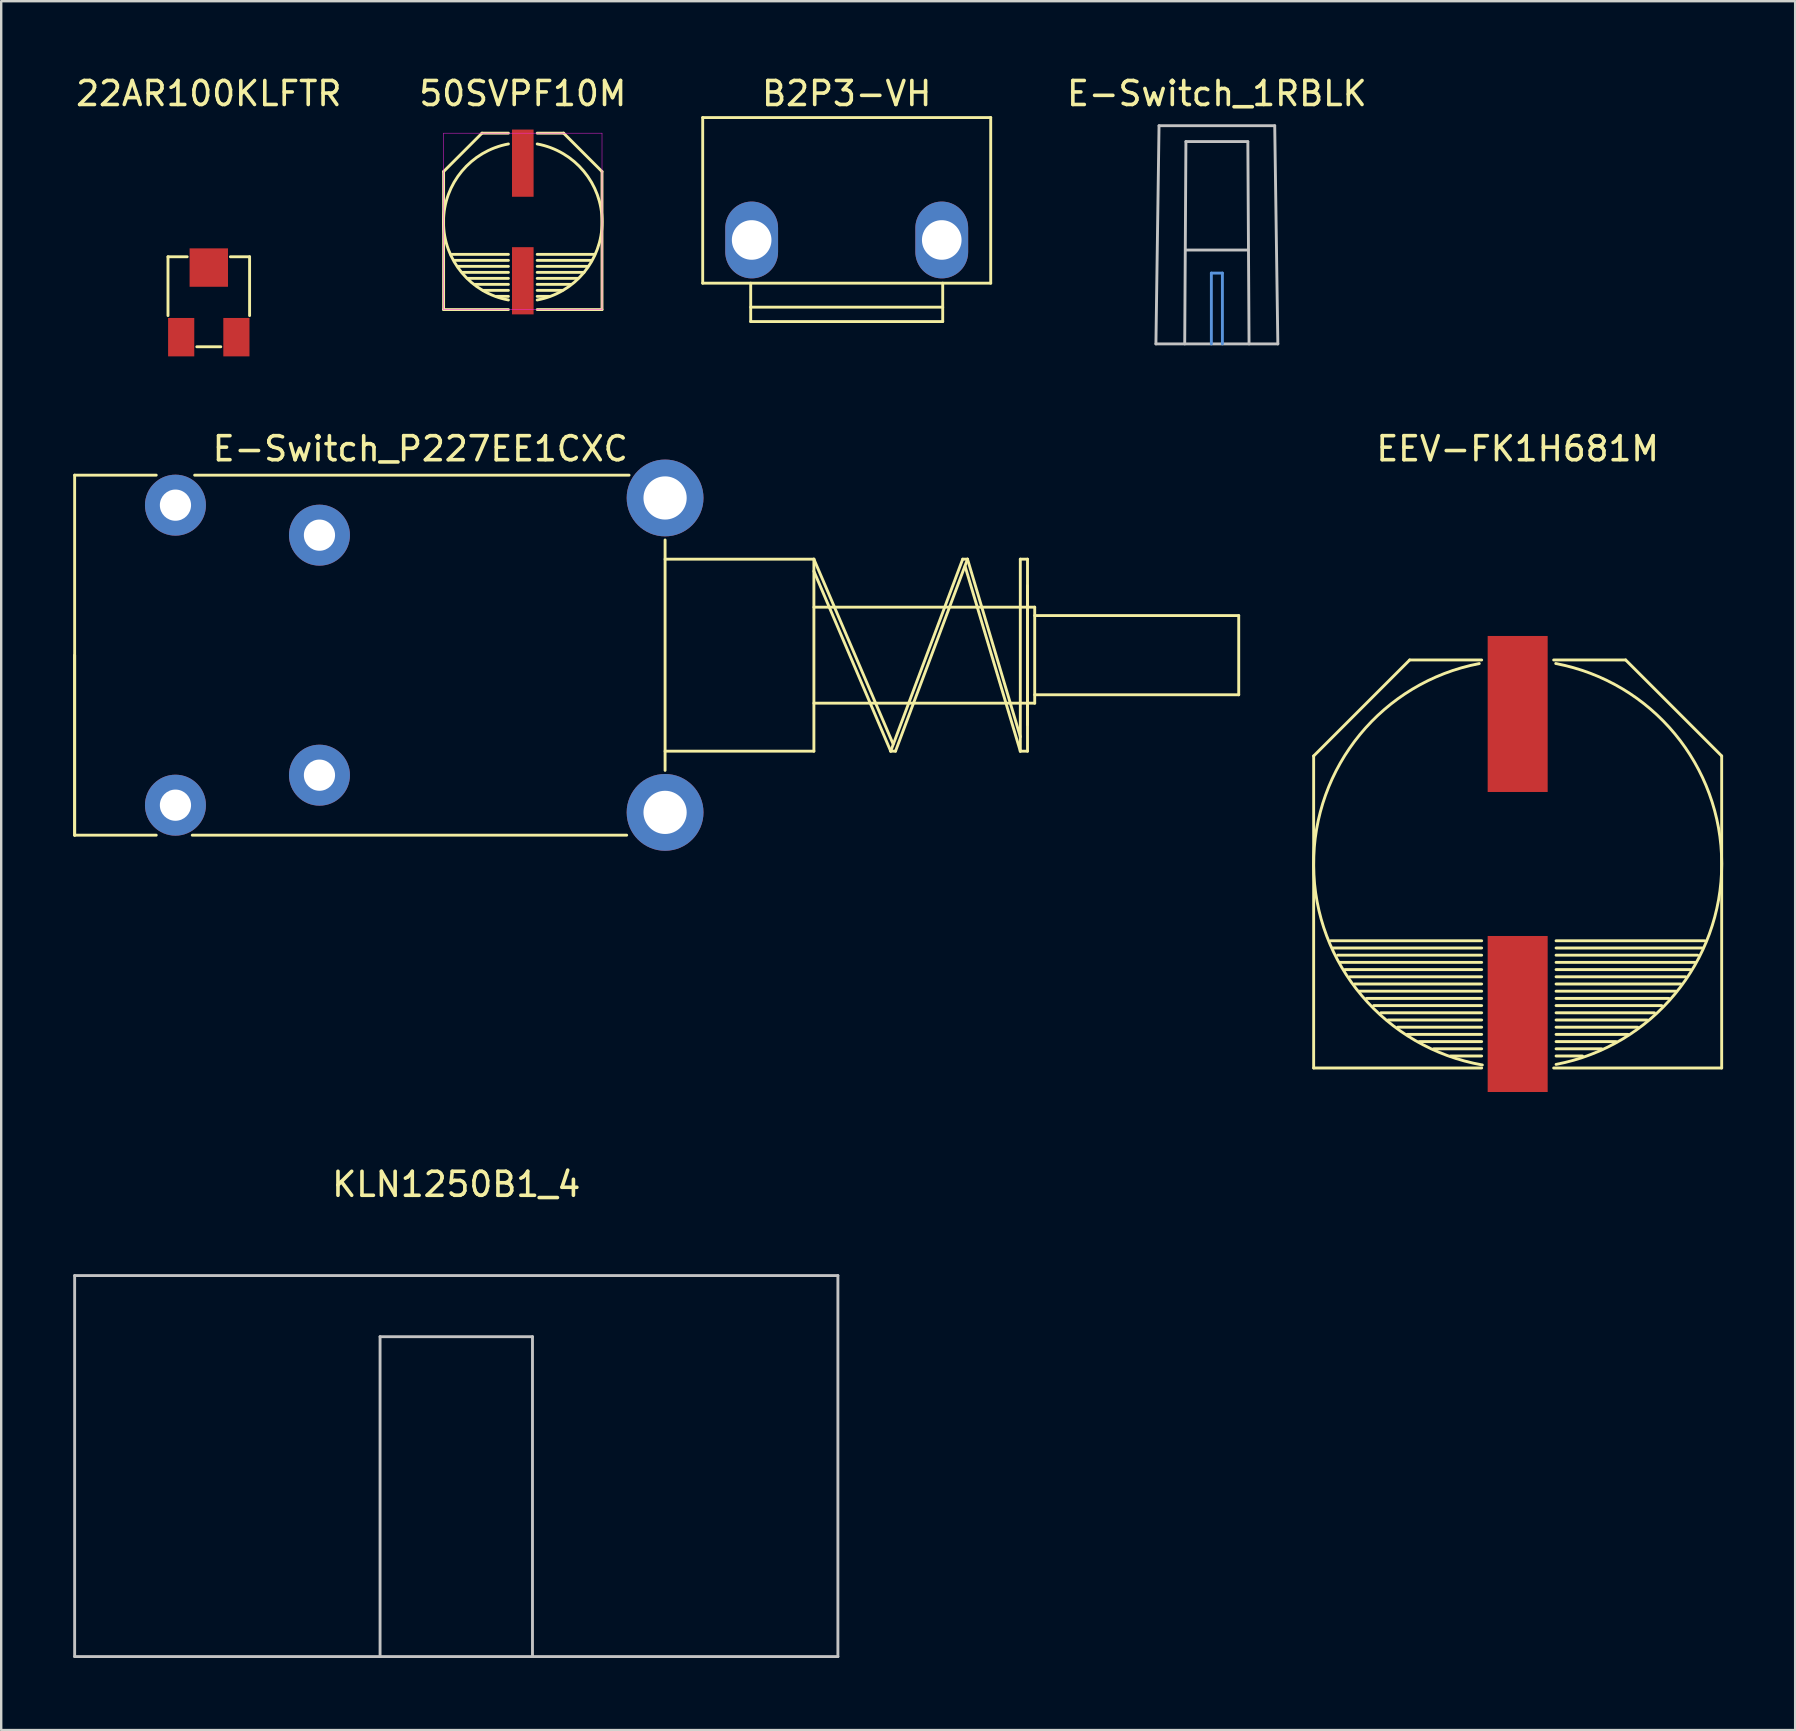
<source format=kicad_pcb>
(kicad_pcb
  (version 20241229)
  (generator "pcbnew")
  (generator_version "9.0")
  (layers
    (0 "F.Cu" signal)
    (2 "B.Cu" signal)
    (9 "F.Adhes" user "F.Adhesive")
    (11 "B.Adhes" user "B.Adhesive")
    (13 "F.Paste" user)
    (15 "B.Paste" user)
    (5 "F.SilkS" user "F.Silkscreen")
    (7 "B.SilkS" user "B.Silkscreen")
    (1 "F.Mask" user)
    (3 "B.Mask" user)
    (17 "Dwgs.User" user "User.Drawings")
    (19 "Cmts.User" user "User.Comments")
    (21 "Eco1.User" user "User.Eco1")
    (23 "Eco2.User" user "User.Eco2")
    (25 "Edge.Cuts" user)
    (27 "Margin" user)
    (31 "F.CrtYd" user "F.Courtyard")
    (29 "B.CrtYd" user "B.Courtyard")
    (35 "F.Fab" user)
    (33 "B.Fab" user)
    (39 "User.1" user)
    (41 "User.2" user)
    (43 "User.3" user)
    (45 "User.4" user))
  (footprint "E-Switch_P227EE1CXC"
    (layer "F.Cu")
    (at 14.46 24.247)
    (property "Reference" "E-Switch_P227EE1CXC" (at 0 -8.6 0) (layer "F.SilkS") (effects (font (size 1 1) (thickness 0.15))))
    (attr through_hole)
    (fp_line (start -14.4 0) (end -14.4 7.5) (stroke (width 0.12) (type solid)) (layer "F.SilkS"))
    (fp_line (start -14.4 7.5) (end -14.4 -7.5) (stroke (width 0.12) (type solid)) (layer "F.SilkS"))
    (fp_line (start -14.4 7.5) (end -11 7.5) (stroke (width 0.12) (type solid)) (layer "F.SilkS"))
    (fp_line (start -11 -7.5) (end -14.4 -7.5) (stroke (width 0.12) (type solid)) (layer "F.SilkS"))
    (fp_line (start -9.4 -7.5) (end 8.7 -7.5) (stroke (width 0.12) (type solid)) (layer "F.SilkS"))
    (fp_line (start 8.6 7.5) (end -9.5 7.5) (stroke (width 0.12) (type solid)) (layer "F.SilkS"))
    (fp_line (start 10.2 -4.8) (end 10.2 4.8) (stroke (width 0.12) (type solid)) (layer "F.SilkS"))
    (fp_line (start 10.2 -4) (end 16.4 -4) (stroke (width 0.12) (type solid)) (layer "F.SilkS"))
    (fp_line (start 10.2 4) (end 16.4 4) (stroke (width 0.12) (type solid)) (layer "F.SilkS"))
    (fp_line (start 16.4 -4) (end 19.7 3.7) (stroke (width 0.12) (type solid)) (layer "F.SilkS"))
    (fp_line (start 16.4 4) (end 16.4 -4) (stroke (width 0.12) (type solid)) (layer "F.SilkS"))
    (fp_line (start 19.6 4) (end 16.4 -3.5) (stroke (width 0.12) (type solid)) (layer "F.SilkS"))
    (fp_line (start 19.6 4) (end 22.6 -4) (stroke (width 0.12) (type solid)) (layer "F.SilkS"))
    (fp_line (start 19.8 4) (end 19.6 4) (stroke (width 0.12) (type solid)) (layer "F.SilkS"))
    (fp_line (start 22.7 -3.7) (end 25 4) (stroke (width 0.12) (type solid)) (layer "F.SilkS"))
    (fp_line (start 22.8 -4) (end 19.8 4) (stroke (width 0.12) (type solid)) (layer "F.SilkS"))
    (fp_line (start 22.8 -4) (end 22.6 -4) (stroke (width 0.12) (type solid)) (layer "F.SilkS"))
    (fp_line (start 25 -4) (end 25 4) (stroke (width 0.12) (type solid)) (layer "F.SilkS"))
    (fp_line (start 25 3.4) (end 22.8 -4) (stroke (width 0.12) (type solid)) (layer "F.SilkS"))
    (fp_line (start 25 4) (end 25.3 4) (stroke (width 0.12) (type solid)) (layer "F.SilkS"))
    (fp_line (start 25.3 -4) (end 25 -4) (stroke (width 0.12) (type solid)) (layer "F.SilkS"))
    (fp_line (start 25.3 -2.9) (end 25.3 2.9) (stroke (width 0.12) (type solid)) (layer "F.SilkS"))
    (fp_line (start 25.3 4) (end 25.3 -4) (stroke (width 0.12) (type solid)) (layer "F.SilkS"))
    (fp_line (start 25.6 -2) (end 16.4 -2) (stroke (width 0.12) (type solid)) (layer "F.SilkS"))
    (fp_line (start 25.6 -2) (end 25.6 2) (stroke (width 0.12) (type solid)) (layer "F.SilkS"))
    (fp_line (start 25.6 -1.65) (end 34.1 -1.65) (stroke (width 0.12) (type solid)) (layer "F.SilkS"))
    (fp_line (start 25.6 2) (end 16.4 2) (stroke (width 0.12) (type solid)) (layer "F.SilkS"))
    (fp_line (start 34.1 -1.65) (end 34.1 1.65) (stroke (width 0.12) (type solid)) (layer "F.SilkS"))
    (fp_line (start 34.1 1.65) (end 25.6 1.65) (stroke (width 0.12) (type solid)) (layer "F.SilkS"))
    (pad "0" thru_hole circle (at 10.2 -6.55) (size 3.2 3.2) (drill 1.8) (layers "*.Cu" "*.Mask"))
    (pad "0" thru_hole circle (at 10.2 6.55) (size 3.2 3.2) (drill 1.8) (layers "*.Cu" "*.Mask"))
    (pad "1" thru_hole circle (at -10.2 -6.25) (size 2.54 2.54) (drill 1.3) (layers "*.Cu" "*.Mask"))
    (pad "2" thru_hole circle (at -4.2 -5) (size 2.54 2.54) (drill 1.3) (layers "*.Cu" "*.Mask"))
    (pad "3" thru_hole circle (at -10.2 6.25) (size 2.54 2.54) (drill 1.3) (layers "*.Cu" "*.Mask"))
    (pad "4" thru_hole circle (at -4.2 5) (size 2.54 2.54) (drill 1.3) (layers "*.Cu" "*.Mask")))
  (footprint "E-Switch_1RBLK"
    (layer "F.Cu")
    (at 47.65 6.048)
    (property "Reference" "E-Switch_1RBLK" (at 0 -5.2 0) (layer "F.SilkS") (effects (font (size 1 1) (thickness 0.15))))
    (attr through_hole)
    (fp_line (start -2.54 5.23) (end -2.41 -3.86) (stroke (width 0.12) (type solid)) (layer "Dwgs.User"))
    (fp_line (start -2.41 -3.86) (end 2.41 -3.86) (stroke (width 0.12) (type solid)) (layer "Dwgs.User"))
    (fp_line (start -1.34 5.23) (end -1.29 -3.2) (stroke (width 0.12) (type solid)) (layer "Dwgs.User"))
    (fp_line (start -1.31 1.32) (end 1.3 1.32) (stroke (width 0.12) (type solid)) (layer "Dwgs.User"))
    (fp_line (start -1.29 -3.2) (end 1.29 -3.2) (stroke (width 0.12) (type solid)) (layer "Dwgs.User"))
    (fp_line (start 1.34 5.23) (end 1.29 -3.19) (stroke (width 0.12) (type solid)) (layer "Dwgs.User"))
    (fp_line (start 2.54 5.23) (end -2.54 5.23) (stroke (width 0.12) (type solid)) (layer "Dwgs.User"))
    (fp_line (start 2.54 5.23) (end 2.41 -3.86) (stroke (width 0.12) (type solid)) (layer "Dwgs.User"))
    (fp_line (start -0.23 2.28) (end -0.23 5.23) (stroke (width 0.12) (type solid)) (layer "Cmts.User"))
    (fp_line (start 0.23 2.28) (end -0.23 2.28) (stroke (width 0.12) (type solid)) (layer "Cmts.User"))
    (fp_line (start 0.23 2.28) (end 0.23 5.23) (stroke (width 0.12) (type solid)) (layer "Cmts.User")))
  (footprint "22AR100KLFTR"
    (layer "F.Cu")
    (at 5.649 10.348)
    (property "Reference" "22AR100KLFTR" (at 0 -9.5 0) (layer "F.SilkS") (effects (font (size 1 1) (thickness 0.15))))
    (attr through_hole)
    (fp_line (start -1.7 -0.25) (end -1.7 -2.7) (stroke (width 0.12) (type solid)) (layer "F.SilkS"))
    (fp_line (start -0.9 -2.7) (end -1.7 -2.7) (stroke (width 0.12) (type solid)) (layer "F.SilkS"))
    (fp_line (start 0.5 1.05) (end -0.5 1.05) (stroke (width 0.12) (type solid)) (layer "F.SilkS"))
    (fp_line (start 1.7 -2.7) (end 0.9 -2.7) (stroke (width 0.12) (type solid)) (layer "F.SilkS"))
    (fp_line (start 1.7 -2.7) (end 1.7 -0.25) (stroke (width 0.12) (type solid)) (layer "F.SilkS"))
    (pad "1" smd rect (at 1.15 0.65 90) (size 1.6 1.09) (layers "F.Cu" "F.Mask" "F.Paste"))
    (pad "2" smd rect (at 0 -2.25 90) (size 1.6 1.6) (layers "F.Cu" "F.Mask" "F.Paste"))
    (pad "3" smd rect (at -1.15 0.65 90) (size 1.6 1.09) (layers "F.Cu" "F.Mask" "F.Paste")))
  (footprint "KLN1250B1_4"
    (layer "F.Cu")
    (at 15.96 57.595)
    (property "Reference" "KLN1250B1_4" (at 0 -11.3 0) (layer "F.SilkS") (effects (font (size 1 1) (thickness 0.15))))
    (attr through_hole)
    (fp_line (start -15.9 -7.5) (end -15.9 8.375) (stroke (width 0.12) (type solid)) (layer "Dwgs.User"))
    (fp_line (start -15.9 8.375) (end 15.9 8.375) (stroke (width 0.12) (type solid)) (layer "Dwgs.User"))
    (fp_line (start -3.175 8.374) (end -3.175 -4.953) (stroke (width 0.12) (type solid)) (layer "Dwgs.User"))
    (fp_line (start 3.175 -4.953) (end -3.175 -4.953) (stroke (width 0.12) (type solid)) (layer "Dwgs.User"))
    (fp_line (start 3.175 8.374) (end 3.175 -4.953) (stroke (width 0.12) (type solid)) (layer "Dwgs.User"))
    (fp_line (start 15.9 -7.5) (end -15.9 -7.5) (stroke (width 0.12) (type solid)) (layer "Dwgs.User"))
    (fp_line (start 15.9 -7.5) (end 15.9 8.375) (stroke (width 0.12) (type solid)) (layer "Dwgs.User")))
  (footprint "B2P3-VH"
    (layer "F.Cu")
    (at 32.227 6.948)
    (property "Reference" "B2P3-VH" (at 0 -6.1 0) (layer "F.SilkS") (effects (font (size 1 1) (thickness 0.15))))
    (attr through_hole)
    (fp_line (start -6 -5.1) (end -6 1.8) (stroke (width 0.12) (type solid)) (layer "F.SilkS"))
    (fp_line (start -4 1.8) (end -4 3.4) (stroke (width 0.12) (type solid)) (layer "F.SilkS"))
    (fp_line (start -4 3.4) (end 4 3.4) (stroke (width 0.12) (type solid)) (layer "F.SilkS"))
    (fp_line (start 4 2.8) (end -4 2.8) (stroke (width 0.12) (type solid)) (layer "F.SilkS"))
    (fp_line (start 4 3.4) (end 4 1.8) (stroke (width 0.12) (type solid)) (layer "F.SilkS"))
    (fp_line (start 6 -5.1) (end -6 -5.1) (stroke (width 0.12) (type solid)) (layer "F.SilkS"))
    (fp_line (start 6 1.8) (end -6 1.8) (stroke (width 0.12) (type solid)) (layer "F.SilkS"))
    (fp_line (start 6 1.8) (end 6 -5.1) (stroke (width 0.12) (type solid)) (layer "F.SilkS"))
    (pad "1" thru_hole oval (at -3.96 0) (size 2.2 3.2) (drill 1.65) (layers "*.Cu" "*.Mask"))
    (pad "2" thru_hole oval (at 3.96 0) (size 2.2 3.2) (drill 1.65) (layers "*.Cu" "*.Mask")))
  (footprint "50SVPF10M"
    (layer "F.Cu")
    (at 18.732 6.198)
    (property "Reference" "50SVPF10M" (at 0 -5.35 0) (layer "F.SilkS") (effects (font (size 1 1) (thickness 0.15))))
    (attr through_hole)
    (fp_line (start -3.3 -2.1) (end -1.7 -3.7) (stroke (width 0.12) (type solid)) (layer "F.SilkS"))
    (fp_line (start -3.3 3.65) (end -3.3 -2.1) (stroke (width 0.12) (type solid)) (layer "F.SilkS"))
    (fp_line (start -2.85 1.6) (end -0.6 1.6) (stroke (width 0.12) (type solid)) (layer "F.SilkS"))
    (fp_line (start -2.5 2.1) (end -0.6 2.1) (stroke (width 0.12) (type solid)) (layer "F.SilkS"))
    (fp_line (start -2 2.6) (end -0.6 2.6) (stroke (width 0.12) (type solid)) (layer "F.SilkS"))
    (fp_line (start -1.1 3.1) (end -0.6 3.1) (stroke (width 0.12) (type solid)) (layer "F.SilkS"))
    (fp_line (start -0.6 -3.7) (end -1.7 -3.7) (stroke (width 0.12) (type solid)) (layer "F.SilkS"))
    (fp_line (start -0.6 1.35) (end -3 1.35) (stroke (width 0.12) (type solid)) (layer "F.SilkS"))
    (fp_line (start -0.6 1.85) (end -2.7 1.85) (stroke (width 0.12) (type solid)) (layer "F.SilkS"))
    (fp_line (start -0.6 2.35) (end -2.3 2.35) (stroke (width 0.12) (type solid)) (layer "F.SilkS"))
    (fp_line (start -0.6 2.85) (end -1.65 2.85) (stroke (width 0.12) (type solid)) (layer "F.SilkS"))
    (fp_line (start -0.6 3.65) (end -3.3 3.65) (stroke (width 0.12) (type solid)) (layer "F.SilkS"))
    (fp_line (start 0.6 -3.7) (end 1.7 -3.7) (stroke (width 0.12) (type solid)) (layer "F.SilkS"))
    (fp_line (start 0.6 1.6) (end 2.85 1.6) (stroke (width 0.12) (type solid)) (layer "F.SilkS"))
    (fp_line (start 0.6 1.85) (end 2.7 1.85) (stroke (width 0.12) (type solid)) (layer "F.SilkS"))
    (fp_line (start 0.6 2.1) (end 2.55 2.1) (stroke (width 0.12) (type solid)) (layer "F.SilkS"))
    (fp_line (start 0.6 2.35) (end 2.3 2.35) (stroke (width 0.12) (type solid)) (layer "F.SilkS"))
    (fp_line (start 0.6 2.6) (end 2 2.6) (stroke (width 0.12) (type solid)) (layer "F.SilkS"))
    (fp_line (start 0.6 2.85) (end 1.65 2.85) (stroke (width 0.12) (type solid)) (layer "F.SilkS"))
    (fp_line (start 0.6 3.1) (end 1.1 3.1) (stroke (width 0.12) (type solid)) (layer "F.SilkS"))
    (fp_line (start 3 1.35) (end 0.6 1.35) (stroke (width 0.12) (type solid)) (layer "F.SilkS"))
    (fp_line (start 3.3 -2.1) (end 1.7 -3.7) (stroke (width 0.12) (type solid)) (layer "F.SilkS"))
    (fp_line (start 3.3 -2.1) (end 3.3 3.65) (stroke (width 0.12) (type solid)) (layer "F.SilkS"))
    (fp_line (start 3.3 3.65) (end 0.6 3.65) (stroke (width 0.12) (type solid)) (layer "F.SilkS"))
    (fp_arc (start -0.600001 3.249999) (mid -3.30492 -0.000001) (end -0.599999 -3.249999) (stroke (width 0.12) (type solid)) (layer "F.SilkS"))
    (fp_arc (start 0.600001 -3.249999) (mid 3.30492 0.000001) (end 0.599999 3.249999) (stroke (width 0.12) (type solid)) (layer "F.SilkS"))
    (fp_line (start -3.3 -3.7) (end 3.3 -3.7) (stroke (width 0.02) (type solid)) (layer "F.CrtYd"))
    (fp_line (start -3.3 3.65) (end -3.3 -3.7) (stroke (width 0.02) (type solid)) (layer "F.CrtYd"))
    (fp_line (start 3.3 -3.7) (end 3.3 3.65) (stroke (width 0.02) (type solid)) (layer "F.CrtYd"))
    (fp_line (start 3.3 3.65) (end -3.3 3.65) (stroke (width 0.02) (type solid)) (layer "F.CrtYd"))
    (pad "1" smd rect (at 0 -2.45) (size 0.9 2.8) (layers "F.Cu" "F.Mask" "F.Paste"))
    (pad "2" smd rect (at 0 2.45) (size 0.9 2.8) (layers "F.Cu" "F.Mask" "F.Paste")))
  (footprint "EEV-FK1H681M"
    (layer "F.Cu")
    (at 60.182 32.947)
    (property "Reference" "EEV-FK1H681M" (at 0 -17.3 0) (layer "F.SilkS") (effects (font (size 1 1) (thickness 0.15))))
    (attr through_hole)
    (fp_line (start -8.5 8.5) (end -8.5 -4.5) (stroke (width 0.12) (type solid)) (layer "F.SilkS"))
    (fp_line (start -8.5 8.5) (end -1.5 8.5) (stroke (width 0.12) (type solid)) (layer "F.SilkS"))
    (fp_line (start -6 5.9) (end -1.5 5.9) (stroke (width 0.12) (type solid)) (layer "F.SilkS"))
    (fp_line (start -5.4 6.5) (end -1.5 6.5) (stroke (width 0.12) (type solid)) (layer "F.SilkS"))
    (fp_line (start -4.6 7.1) (end -1.5 7.1) (stroke (width 0.12) (type solid)) (layer "F.SilkS"))
    (fp_line (start -4.5 -8.5) (end -8.5 -4.5) (stroke (width 0.12) (type solid)) (layer "F.SilkS"))
    (fp_line (start -4.5 -8.5) (end -1.5 -8.5) (stroke (width 0.12) (type solid)) (layer "F.SilkS"))
    (fp_line (start -3.5 7.7) (end -1.5 7.7) (stroke (width 0.12) (type solid)) (layer "F.SilkS"))
    (fp_line (start -1.5 3.2) (end -7.8 3.2) (stroke (width 0.12) (type solid)) (layer "F.SilkS"))
    (fp_line (start -1.5 3.5) (end -7.7 3.5) (stroke (width 0.12) (type solid)) (layer "F.SilkS"))
    (fp_line (start -1.5 3.8) (end -7.5 3.8) (stroke (width 0.12) (type solid)) (layer "F.SilkS"))
    (fp_line (start -1.5 4.1) (end -7.4 4.1) (stroke (width 0.12) (type solid)) (layer "F.SilkS"))
    (fp_line (start -1.5 4.4) (end -7.2 4.4) (stroke (width 0.12) (type solid)) (layer "F.SilkS"))
    (fp_line (start -1.5 4.7) (end -7 4.7) (stroke (width 0.12) (type solid)) (layer "F.SilkS"))
    (fp_line (start -1.5 5) (end -6.8 5) (stroke (width 0.12) (type solid)) (layer "F.SilkS"))
    (fp_line (start -1.5 5.3) (end -6.6 5.3) (stroke (width 0.12) (type solid)) (layer "F.SilkS"))
    (fp_line (start -1.5 5.6) (end -6.3 5.6) (stroke (width 0.12) (type solid)) (layer "F.SilkS"))
    (fp_line (start -1.5 6.2) (end -5.7 6.2) (stroke (width 0.12) (type solid)) (layer "F.SilkS"))
    (fp_line (start -1.5 6.8) (end -5 6.8) (stroke (width 0.12) (type solid)) (layer "F.SilkS"))
    (fp_line (start -1.5 7.4) (end -4.1 7.4) (stroke (width 0.12) (type solid)) (layer "F.SilkS"))
    (fp_line (start -1.5 8) (end -2.8 8) (stroke (width 0.12) (type solid)) (layer "F.SilkS"))
    (fp_line (start 1.6 3.2) (end 7.8 3.2) (stroke (width 0.12) (type solid)) (layer "F.SilkS"))
    (fp_line (start 1.6 3.8) (end 7.5 3.8) (stroke (width 0.12) (type solid)) (layer "F.SilkS"))
    (fp_line (start 1.6 4.4) (end 7.2 4.4) (stroke (width 0.12) (type solid)) (layer "F.SilkS"))
    (fp_line (start 1.6 5) (end 6.8 5) (stroke (width 0.12) (type solid)) (layer "F.SilkS"))
    (fp_line (start 1.6 5.6) (end 6.3 5.6) (stroke (width 0.12) (type solid)) (layer "F.SilkS"))
    (fp_line (start 1.6 6.2) (end 5.7 6.2) (stroke (width 0.12) (type solid)) (layer "F.SilkS"))
    (fp_line (start 1.6 6.8) (end 5 6.8) (stroke (width 0.12) (type solid)) (layer "F.SilkS"))
    (fp_line (start 1.6 7.1) (end 4.6 7.1) (stroke (width 0.12) (type solid)) (layer "F.SilkS"))
    (fp_line (start 1.6 7.7) (end 3.5 7.7) (stroke (width 0.12) (type solid)) (layer "F.SilkS"))
    (fp_line (start 2.7 8) (end 1.6 8) (stroke (width 0.12) (type solid)) (layer "F.SilkS"))
    (fp_line (start 4.1 7.4) (end 1.6 7.4) (stroke (width 0.12) (type solid)) (layer "F.SilkS"))
    (fp_line (start 4.5 -8.5) (end 1.5 -8.5) (stroke (width 0.12) (type solid)) (layer "F.SilkS"))
    (fp_line (start 4.5 -8.5) (end 8.5 -4.5) (stroke (width 0.12) (type solid)) (layer "F.SilkS"))
    (fp_line (start 5.4 6.5) (end 1.6 6.5) (stroke (width 0.12) (type solid)) (layer "F.SilkS"))
    (fp_line (start 6 5.9) (end 1.6 5.9) (stroke (width 0.12) (type solid)) (layer "F.SilkS"))
    (fp_line (start 6.6 5.3) (end 1.6 5.3) (stroke (width 0.12) (type solid)) (layer "F.SilkS"))
    (fp_line (start 7 4.7) (end 1.6 4.7) (stroke (width 0.12) (type solid)) (layer "F.SilkS"))
    (fp_line (start 7.4 4.1) (end 1.6 4.1) (stroke (width 0.12) (type solid)) (layer "F.SilkS"))
    (fp_line (start 7.7 3.5) (end 1.6 3.5) (stroke (width 0.12) (type solid)) (layer "F.SilkS"))
    (fp_line (start 8.5 -4.5) (end 8.5 8.5) (stroke (width 0.12) (type solid)) (layer "F.SilkS"))
    (fp_line (start 8.5 8.5) (end 1.5 8.5) (stroke (width 0.12) (type solid)) (layer "F.SilkS"))
    (fp_arc (start -1.471718 8.373561) (mid -8.50166 0.065213) (end -1.599999 -8.349999) (stroke (width 0.12) (type solid)) (layer "F.SilkS"))
    (fp_arc (start 1.585952 -8.352678) (mid 8.501907 -0.00715) (end 1.599999 8.349999) (stroke (width 0.12) (type solid)) (layer "F.SilkS"))
    (pad "1" smd rect (at 0 -6.25) (size 2.5 6.5) (layers "F.Cu" "F.Mask" "F.Paste"))
    (pad "2" smd rect (at 0 6.25) (size 2.5 6.5) (layers "F.Cu" "F.Mask" "F.Paste")))
  (gr_rect
    (start -3 -3)
    (end 71.744 69.03)
    (stroke (width 0.1) (type default))
    (fill no)
    (layer "Edge.Cuts")))
</source>
